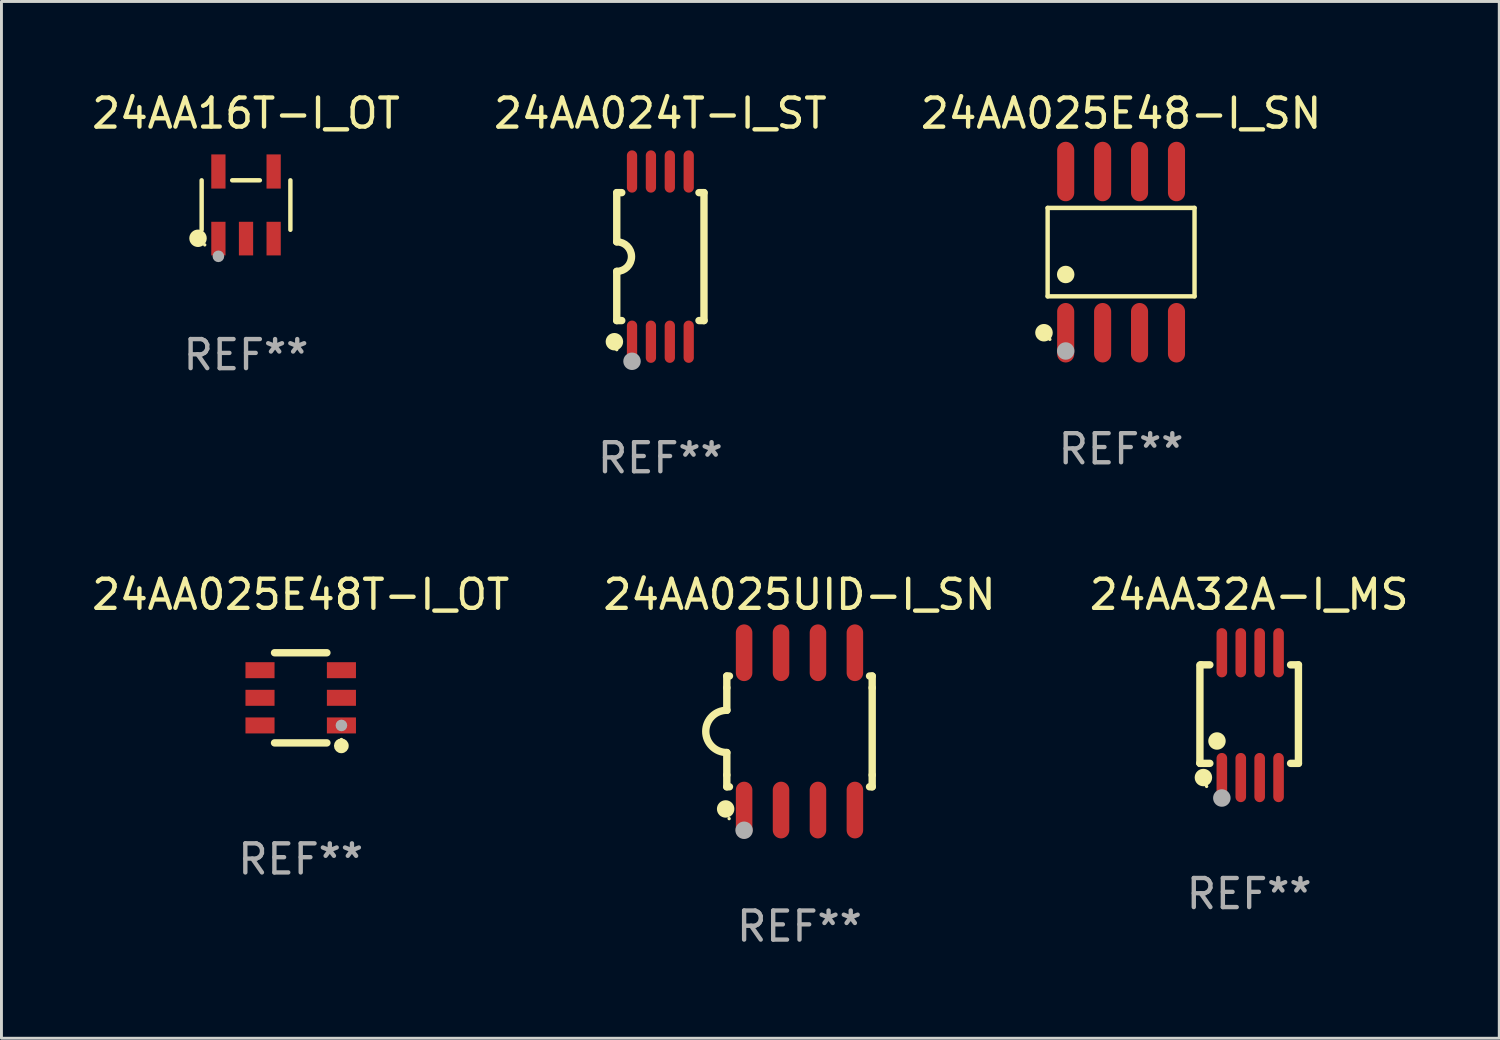
<source format=kicad_pcb>
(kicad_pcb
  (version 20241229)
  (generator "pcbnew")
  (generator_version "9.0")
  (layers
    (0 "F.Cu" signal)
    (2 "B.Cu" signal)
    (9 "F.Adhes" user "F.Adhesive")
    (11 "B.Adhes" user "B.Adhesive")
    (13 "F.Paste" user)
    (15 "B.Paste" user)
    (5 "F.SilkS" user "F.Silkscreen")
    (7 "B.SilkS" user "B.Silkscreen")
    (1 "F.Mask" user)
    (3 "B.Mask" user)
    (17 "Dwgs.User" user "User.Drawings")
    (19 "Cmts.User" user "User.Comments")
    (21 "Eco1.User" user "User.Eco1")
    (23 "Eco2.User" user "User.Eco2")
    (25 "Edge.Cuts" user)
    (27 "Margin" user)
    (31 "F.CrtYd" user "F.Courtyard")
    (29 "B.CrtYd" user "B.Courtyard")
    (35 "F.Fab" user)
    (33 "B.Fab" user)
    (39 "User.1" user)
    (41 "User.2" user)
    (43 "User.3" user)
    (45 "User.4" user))
  (footprint "24AA16T-I_OT"
    (layer "F.Cu")
    (at 5.411 4.002)
    (property "Reference" "24AA16T-I_OT" (at 0 -3.154 0) (layer "F.SilkS") (effects (font (size 1 1) (thickness 0.15))))
    (attr through_hole)
    (fp_line (start -1.526 0.851) (end -1.526 -0.851) (stroke (width 0.152) (type solid)) (layer "F.SilkS"))
    (fp_line (start 0.476 -0.851) (end -0.476 -0.851) (stroke (width 0.152) (type solid)) (layer "F.SilkS"))
    (fp_line (start 1.526 0.851) (end 1.526 -0.851) (stroke (width 0.152) (type solid)) (layer "F.SilkS"))
    (fp_circle (center -1.651 1.143) (end -1.501 1.143) (stroke (width 0.3) (type solid)) (fill no) (layer "F.SilkS"))
    (fp_circle (center -1.42 1.37) (end -1.39 1.37) (stroke (width 0.06) (type solid)) (fill no) (layer "F.SilkS"))
    (fp_circle (center -0.95 1.763) (end -0.85 1.763) (stroke (width 0.2) (type solid)) (fill no) (layer "F.Fab"))
    (fp_text user "REF**" (at 0 5.154 0) (layer "F.Fab") (effects (font (size 1 1) (thickness 0.15))))
    (pad "1" smd rect (at -0.95 1.154) (size 0.49 1.157) (layers "F.Cu" "F.Mask" "F.Paste"))
    (pad "2" smd rect (at 0 1.154) (size 0.49 1.157) (layers "F.Cu" "F.Mask" "F.Paste"))
    (pad "3" smd rect (at 0.95 1.154) (size 0.49 1.157) (layers "F.Cu" "F.Mask" "F.Paste"))
    (pad "4" smd rect (at 0.95 -1.154) (size 0.49 1.175) (layers "F.Cu" "F.Mask" "F.Paste"))
    (pad "5" smd rect (at -0.95 -1.154) (size 0.49 1.175) (layers "F.Cu" "F.Mask" "F.Paste")))
  (footprint "24AA025E48-I_SN"
    (layer "F.Cu")
    (at 35.506 5.621)
    (property "Reference" "24AA025E48-I_SN" (at 0 -4.772 0) (layer "F.SilkS") (effects (font (size 1 1) (thickness 0.15))))
    (attr through_hole)
    (fp_line (start -2.526 -1.521) (end 2.526 -1.521) (stroke (width 0.152) (type solid)) (layer "F.SilkS"))
    (fp_line (start -2.526 1.521) (end -2.526 -1.521) (stroke (width 0.152) (type solid)) (layer "F.SilkS"))
    (fp_line (start 2.526 -1.521) (end 2.526 1.521) (stroke (width 0.152) (type solid)) (layer "F.SilkS"))
    (fp_line (start 2.526 1.521) (end -2.526 1.521) (stroke (width 0.152) (type solid)) (layer "F.SilkS"))
    (fp_circle (center -2.652 2.772) (end -2.501 2.772) (stroke (width 0.3) (type solid)) (fill no) (layer "F.SilkS"))
    (fp_circle (center -2.45 3) (end -2.42 3) (stroke (width 0.06) (type solid)) (fill no) (layer "F.SilkS"))
    (fp_circle (center -1.905 0.769) (end -1.755 0.769) (stroke (width 0.3) (type solid)) (fill no) (layer "F.SilkS"))
    (fp_circle (center -1.905 3.4) (end -1.755 3.4) (stroke (width 0.3) (type solid)) (fill no) (layer "F.Fab"))
    (fp_text user "REF**" (at 0 6.772 0) (layer "F.Fab") (effects (font (size 1 1) (thickness 0.15))))
    (pad "1" smd oval (at -1.905 2.772) (size 0.588 2.045) (layers "F.Cu" "F.Mask" "F.Paste"))
    (pad "2" smd oval (at -0.635 2.772) (size 0.588 2.045) (layers "F.Cu" "F.Mask" "F.Paste"))
    (pad "3" smd oval (at 0.635 2.772) (size 0.588 2.045) (layers "F.Cu" "F.Mask" "F.Paste"))
    (pad "4" smd oval (at 1.905 2.772) (size 0.588 2.045) (layers "F.Cu" "F.Mask" "F.Paste"))
    (pad "5" smd oval (at 1.905 -2.772) (size 0.588 2.045) (layers "F.Cu" "F.Mask" "F.Paste"))
    (pad "6" smd oval (at 0.635 -2.772) (size 0.588 2.045) (layers "F.Cu" "F.Mask" "F.Paste"))
    (pad "7" smd oval (at -0.635 -2.772) (size 0.588 2.045) (layers "F.Cu" "F.Mask" "F.Paste"))
    (pad "8" smd oval (at -1.905 -2.772) (size 0.588 2.045) (layers "F.Cu" "F.Mask" "F.Paste")))
  (footprint "24AA025E48T-I_OT"
    (layer "F.Cu")
    (at 7.292 20.949)
    (property "Reference" "24AA025E48T-I_OT" (at 0 -3.55 0) (layer "F.SilkS") (effects (font (size 1 1) (thickness 0.15))))
    (attr through_hole)
    (fp_line (start -0.9 -1.55) (end 0.9 -1.55) (stroke (width 0.254) (type solid)) (layer "F.SilkS"))
    (fp_line (start -0.9 1.55) (end 0.9 1.55) (stroke (width 0.254) (type solid)) (layer "F.SilkS"))
    (fp_circle (center 1.397 1.651) (end 1.524 1.651) (stroke (width 0.254) (type solid)) (fill no) (layer "F.SilkS"))
    (fp_circle (center 1.4 1.435) (end 1.43 1.435) (stroke (width 0.06) (type solid)) (fill no) (layer "F.SilkS"))
    (fp_circle (center 1.4 0.95) (end 1.5 0.95) (stroke (width 0.2) (type solid)) (fill no) (layer "F.Fab"))
    (fp_text user "REF**" (at 0 5.55 0) (layer "F.Fab") (effects (font (size 1 1) (thickness 0.15))))
    (pad "1" smd rect (at 1.4 0.95) (size 1 0.55) (layers "F.Cu" "F.Mask" "F.Paste"))
    (pad "2" smd rect (at 1.4 -0.000102) (size 1 0.55) (layers "F.Cu" "F.Mask" "F.Paste"))
    (pad "3" smd rect (at 1.4 -0.95) (size 1 0.55) (layers "F.Cu" "F.Mask" "F.Paste"))
    (pad "4" smd rect (at -1.4 -0.95) (size 1 0.55) (layers "F.Cu" "F.Mask" "F.Paste"))
    (pad "5" smd rect (at -1.4 -0.000102) (size 1 0.55) (layers "F.Cu" "F.Mask" "F.Paste"))
    (pad "6" smd rect (at -1.4 0.95) (size 1 0.55) (layers "F.Cu" "F.Mask" "F.Paste")))
  (footprint "24AA32A-I_MS"
    (layer "F.Cu")
    (at 39.911 21.545)
    (property "Reference" "24AA32A-I_MS" (at 0 -4.146 0) (layer "F.SilkS") (effects (font (size 1 1) (thickness 0.15))))
    (attr through_hole)
    (fp_line (start -1.694 -1.724) (end -1.694 1.652) (stroke (width 0.254) (type solid)) (layer "F.SilkS"))
    (fp_line (start -1.694 1.652) (end -1.688 1.658) (stroke (width 0.254) (type solid)) (layer "F.SilkS"))
    (fp_line (start -1.688 1.658) (end -1.353 1.658) (stroke (width 0.254) (type solid)) (layer "F.SilkS"))
    (fp_line (start -1.661 -1.73) (end -1.681 -1.71) (stroke (width 0.254) (type solid)) (layer "F.SilkS"))
    (fp_line (start -1.353 -1.73) (end -1.661 -1.73) (stroke (width 0.254) (type solid)) (layer "F.SilkS"))
    (fp_line (start 1.424 1.658) (end 1.694 1.658) (stroke (width 0.254) (type solid)) (layer "F.SilkS"))
    (fp_line (start 1.694 -1.73) (end 1.424 -1.73) (stroke (width 0.254) (type solid)) (layer "F.SilkS"))
    (fp_line (start 1.694 1.658) (end 1.694 -1.73) (stroke (width 0.254) (type solid)) (layer "F.SilkS"))
    (fp_circle (center -1.574 2.146) (end -1.424 2.146) (stroke (width 0.3) (type solid)) (fill no) (layer "F.SilkS"))
    (fp_circle (center -1.464 2.45) (end -1.434 2.45) (stroke (width 0.06) (type solid)) (fill no) (layer "F.SilkS"))
    (fp_circle (center -1.107 0.889) (end -0.957 0.889) (stroke (width 0.3) (type solid)) (fill no) (layer "F.SilkS"))
    (fp_circle (center -0.94 2.85) (end -0.789 2.85) (stroke (width 0.3) (type solid)) (fill no) (layer "F.Fab"))
    (fp_text user "REF**" (at 0 6.146 0) (layer "F.Fab") (effects (font (size 1 1) (thickness 0.15))))
    (pad "1" smd oval (at -0.94 2.146) (size 0.364 1.692) (layers "F.Cu" "F.Mask" "F.Paste"))
    (pad "2" smd oval (at -0.289 2.146) (size 0.364 1.692) (layers "F.Cu" "F.Mask" "F.Paste"))
    (pad "3" smd oval (at 0.361 2.146) (size 0.364 1.692) (layers "F.Cu" "F.Mask" "F.Paste"))
    (pad "4" smd oval (at 1.011 2.146) (size 0.364 1.692) (layers "F.Cu" "F.Mask" "F.Paste"))
    (pad "5" smd oval (at 1.011 -2.146) (size 0.364 1.692) (layers "F.Cu" "F.Mask" "F.Paste"))
    (pad "6" smd oval (at 0.361 -2.146) (size 0.364 1.692) (layers "F.Cu" "F.Mask" "F.Paste"))
    (pad "7" smd oval (at -0.289 -2.146) (size 0.364 1.692) (layers "F.Cu" "F.Mask" "F.Paste"))
    (pad "8" smd oval (at -0.94 -2.146) (size 0.364 1.692) (layers "F.Cu" "F.Mask" "F.Paste")))
  (footprint "24AA024T-I_ST"
    (layer "F.Cu")
    (at 19.661 5.775)
    (property "Reference" "24AA024T-I_ST" (at 0 -4.927 0) (layer "F.SilkS") (effects (font (size 1 1) (thickness 0.15))))
    (attr through_hole)
    (fp_line (start -1.5 -2.2) (end -1.5 -0.508) (stroke (width 0.254) (type solid)) (layer "F.SilkS"))
    (fp_line (start -1.5 -2.2) (end -1.328 -2.2) (stroke (width 0.254) (type solid)) (layer "F.SilkS"))
    (fp_line (start -1.5 2.2) (end -1.5 0.508) (stroke (width 0.254) (type solid)) (layer "F.SilkS"))
    (fp_line (start -1.5 2.2) (end -1.328 2.2) (stroke (width 0.254) (type solid)) (layer "F.SilkS"))
    (fp_line (start 1.328 -2.2) (end 1.5 -2.2) (stroke (width 0.254) (type solid)) (layer "F.SilkS"))
    (fp_line (start 1.328 2.2) (end 1.5 2.2) (stroke (width 0.254) (type solid)) (layer "F.SilkS"))
    (fp_line (start 1.5 -2.2) (end 1.5 2.2) (stroke (width 0.254) (type solid)) (layer "F.SilkS"))
    (fp_arc (start -1.501144 -0.508) (mid -0.993143 -0.000571) (end -1.5 0.508001) (stroke (width 0.254001) (type solid)) (layer "F.SilkS"))
    (fp_circle (center -1.581 2.927) (end -1.431 2.927) (stroke (width 0.3) (type solid)) (fill no) (layer "F.SilkS"))
    (fp_circle (center -1.5 3.2) (end -1.47 3.2) (stroke (width 0.06) (type solid)) (fill no) (layer "F.SilkS"))
    (fp_circle (center -0.975 3.6) (end -0.825 3.6) (stroke (width 0.3) (type solid)) (fill no) (layer "F.Fab"))
    (fp_text user "REF**" (at 0 6.927 0) (layer "F.Fab") (effects (font (size 1 1) (thickness 0.15))))
    (pad "1" smd oval (at -0.975 2.927) (size 0.353 1.454) (layers "F.Cu" "F.Mask" "F.Paste"))
    (pad "2" smd oval (at -0.325 2.927) (size 0.353 1.454) (layers "F.Cu" "F.Mask" "F.Paste"))
    (pad "3" smd oval (at 0.325 2.927) (size 0.353 1.454) (layers "F.Cu" "F.Mask" "F.Paste"))
    (pad "4" smd oval (at 0.975 2.927) (size 0.353 1.454) (layers "F.Cu" "F.Mask" "F.Paste"))
    (pad "5" smd oval (at 0.975 -2.927) (size 0.353 1.454) (layers "F.Cu" "F.Mask" "F.Paste"))
    (pad "6" smd oval (at 0.325 -2.927) (size 0.353 1.454) (layers "F.Cu" "F.Mask" "F.Paste"))
    (pad "7" smd oval (at -0.325 -2.927) (size 0.353 1.454) (layers "F.Cu" "F.Mask" "F.Paste"))
    (pad "8" smd oval (at -0.975 -2.927) (size 0.353 1.454) (layers "F.Cu" "F.Mask" "F.Paste")))
  (footprint "24AA025UID-I_SN"
    (layer "F.Cu")
    (at 24.446 22.104)
    (property "Reference" "24AA025UID-I_SN" (at 0 -4.705 0) (layer "F.SilkS") (effects (font (size 1 1) (thickness 0.15))))
    (attr through_hole)
    (fp_line (start -2.5 -1.905) (end -2.409 -1.905) (stroke (width 0.254) (type solid)) (layer "F.SilkS"))
    (fp_line (start -2.5 -1.5) (end -2.5 -1.905) (stroke (width 0.254) (type solid)) (layer "F.SilkS"))
    (fp_line (start -2.5 -1.5) (end -2.5 -0.726) (stroke (width 0.254) (type solid)) (layer "F.SilkS"))
    (fp_line (start -2.5 1.5) (end -2.5 0.727) (stroke (width 0.254) (type solid)) (layer "F.SilkS"))
    (fp_line (start -2.5 1.5) (end -2.5 1.905) (stroke (width 0.254) (type solid)) (layer "F.SilkS"))
    (fp_line (start -2.5 1.905) (end -2.409 1.905) (stroke (width 0.254) (type solid)) (layer "F.SilkS"))
    (fp_line (start 2.5 -1.905) (end 2.409 -1.905) (stroke (width 0.254) (type solid)) (layer "F.SilkS"))
    (fp_line (start 2.5 -1.5) (end 2.5 -1.905) (stroke (width 0.254) (type solid)) (layer "F.SilkS"))
    (fp_line (start 2.5 -1.5) (end 2.5 1.5) (stroke (width 0.254) (type solid)) (layer "F.SilkS"))
    (fp_line (start 2.5 1.5) (end 2.5 1.905) (stroke (width 0.254) (type solid)) (layer "F.SilkS"))
    (fp_line (start 2.5 1.905) (end 2.409 1.905) (stroke (width 0.254) (type solid)) (layer "F.SilkS"))
    (fp_arc (start -2.5 0.726568) (mid -3.220316 -0.0023) (end -2.495097 -0.726289) (stroke (width 0.254001) (type solid)) (layer "F.SilkS"))
    (fp_circle (center -2.54 2.667) (end -2.39 2.667) (stroke (width 0.3) (type solid)) (fill no) (layer "F.SilkS"))
    (fp_circle (center -2.42 3) (end -2.39 3) (stroke (width 0.06) (type solid)) (fill no) (layer "F.SilkS"))
    (fp_circle (center -1.905 3.4) (end -1.755 3.4) (stroke (width 0.3) (type solid)) (fill no) (layer "F.Fab"))
    (fp_text user "REF**" (at 0 6.705 0) (layer "F.Fab") (effects (font (size 1 1) (thickness 0.15))))
    (pad "1" smd oval (at -1.905 2.705) (size 0.568 1.95) (layers "F.Cu" "F.Mask" "F.Paste"))
    (pad "2" smd oval (at -0.635 2.705) (size 0.568 1.95) (layers "F.Cu" "F.Mask" "F.Paste"))
    (pad "3" smd oval (at 0.635 2.705) (size 0.568 1.95) (layers "F.Cu" "F.Mask" "F.Paste"))
    (pad "4" smd oval (at 1.905 2.705) (size 0.568 1.95) (layers "F.Cu" "F.Mask" "F.Paste"))
    (pad "5" smd oval (at 1.905 -2.705) (size 0.568 1.95) (layers "F.Cu" "F.Mask" "F.Paste"))
    (pad "6" smd oval (at 0.635 -2.705) (size 0.568 1.95) (layers "F.Cu" "F.Mask" "F.Paste"))
    (pad "7" smd oval (at -0.635 -2.705) (size 0.568 1.95) (layers "F.Cu" "F.Mask" "F.Paste"))
    (pad "8" smd oval (at -1.905 -2.705) (size 0.568 1.95) (layers "F.Cu" "F.Mask" "F.Paste")))
  (gr_rect
    (start -3 -3)
    (end 48.512 32.657)
    (stroke (width 0.1) (type default))
    (fill no)
    (layer "Edge.Cuts")))
</source>
